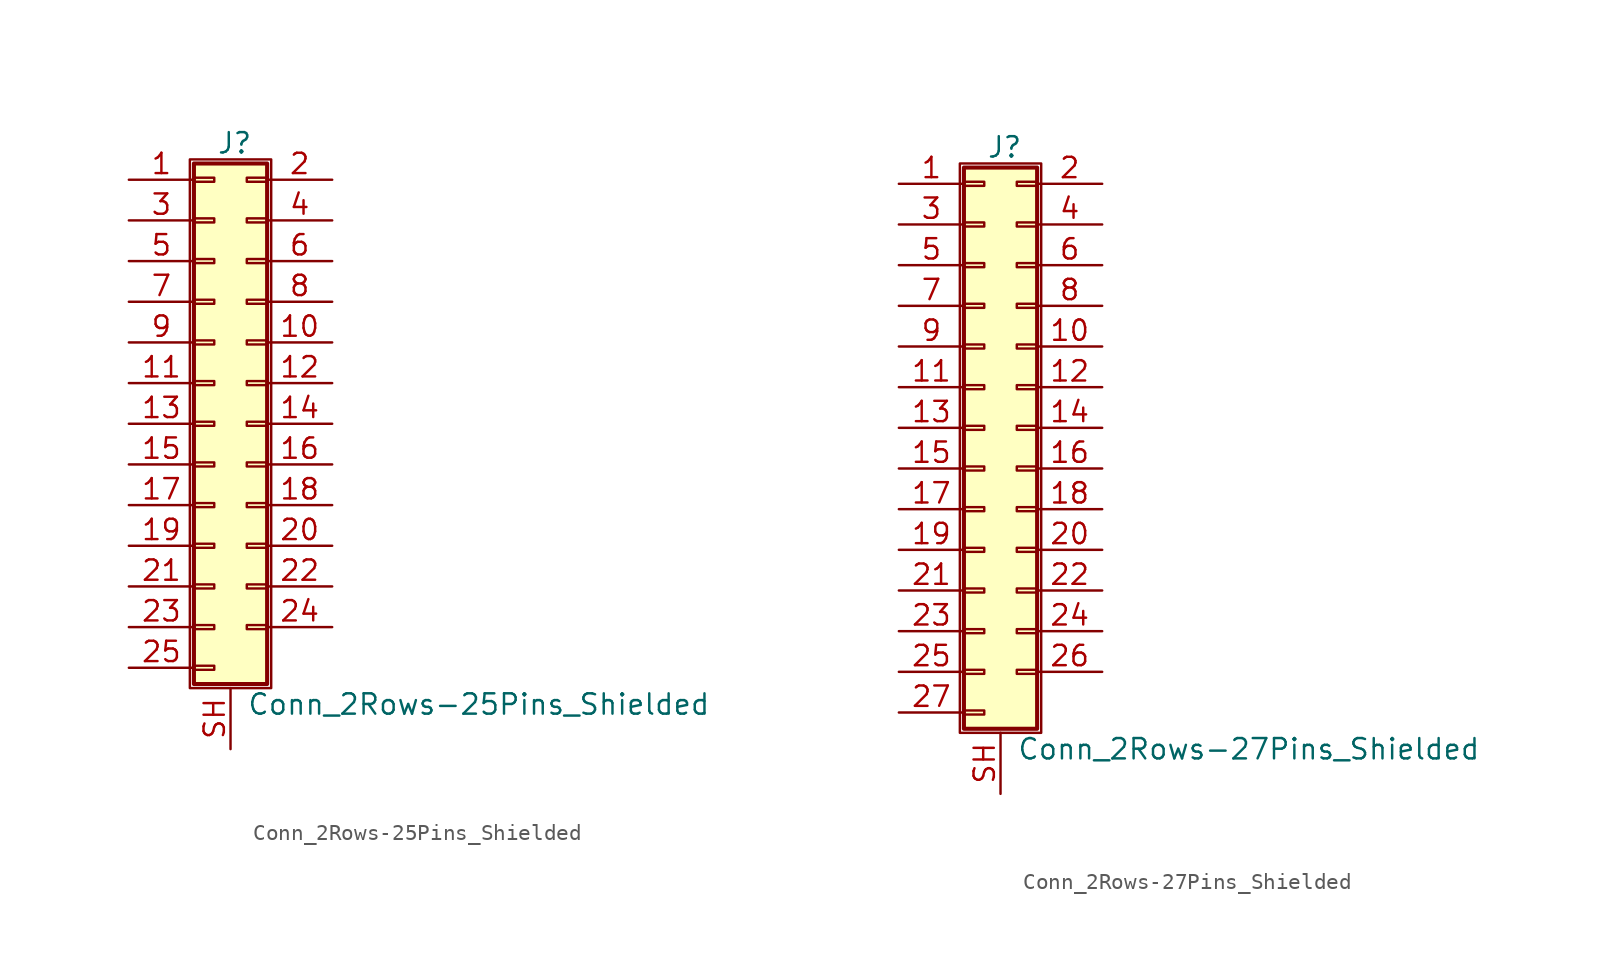
<source format=kicad_sym>
(kicad_symbol_lib
  (version 20220914)
  (generator kicad_symbol_editor)
  (symbol "Conn_2Rows-25Pins_Shielded"
    (pin_names
      (offset 1.016) hide)
    (property "Reference" "J"
      (at 1.524 17.526 0)
      (effects (font (size 1.27 1.27))))
    (property "Value" "Conn_2Rows-25Pins_Shielded"
      (at 2.286 -17.526 0)
      (effects (font (size 1.27 1.27)) (justify left)))
    (symbol "Conn_2Rows-25Pins_Shielded_1_1"
      (rectangle (start -1.27 16.51) (end 3.81 -16.51) (stroke (width 0.152) (type default)) (fill (type none)))
      (rectangle (start -1.016 -15.113) (end 0.254 -15.367) (stroke (width 0.152) (type default)) (fill (type none)))
      (rectangle (start -1.016 -12.573) (end 0.254 -12.827) (stroke (width 0.152) (type default)) (fill (type none)))
      (rectangle (start -1.016 -10.033) (end 0.254 -10.287) (stroke (width 0.152) (type default)) (fill (type none)))
      (rectangle (start -1.016 -7.493) (end 0.254 -7.747) (stroke (width 0.152) (type default)) (fill (type none)))
      (rectangle (start -1.016 -4.953) (end 0.254 -5.207) (stroke (width 0.152) (type default)) (fill (type none)))
      (rectangle (start -1.016 -2.413) (end 0.254 -2.667) (stroke (width 0.152) (type default)) (fill (type none)))
      (rectangle (start -1.016 0.127) (end 0.254 -0.127) (stroke (width 0.152) (type default)) (fill (type none)))
      (rectangle (start -1.016 2.667) (end 0.254 2.413) (stroke (width 0.152) (type default)) (fill (type none)))
      (rectangle (start -1.016 5.207) (end 0.254 4.953) (stroke (width 0.152) (type default)) (fill (type none)))
      (rectangle (start -1.016 7.747) (end 0.254 7.493) (stroke (width 0.152) (type default)) (fill (type none)))
      (rectangle (start -1.016 10.287) (end 0.254 10.033) (stroke (width 0.152) (type default)) (fill (type none)))
      (rectangle (start -1.016 12.827) (end 0.254 12.573) (stroke (width 0.152) (type default)) (fill (type none)))
      (rectangle (start -1.016 15.367) (end 0.254 15.113) (stroke (width 0.152) (type default)) (fill (type none)))
      (rectangle (start -1.016 16.256) (end 3.556 -16.256) (stroke (width 0.254) (type default)) (fill (type background)))
      (rectangle (start 3.556 -12.573) (end 2.286 -12.827) (stroke (width 0.152) (type default)) (fill (type none)))
      (rectangle (start 3.556 -10.033) (end 2.286 -10.287) (stroke (width 0.152) (type default)) (fill (type none)))
      (rectangle (start 3.556 -7.493) (end 2.286 -7.747) (stroke (width 0.152) (type default)) (fill (type none)))
      (rectangle (start 3.556 -4.953) (end 2.286 -5.207) (stroke (width 0.152) (type default)) (fill (type none)))
      (rectangle (start 3.556 -2.413) (end 2.286 -2.667) (stroke (width 0.152) (type default)) (fill (type none)))
      (rectangle (start 3.556 0.127) (end 2.286 -0.127) (stroke (width 0.152) (type default)) (fill (type none)))
      (rectangle (start 3.556 2.667) (end 2.286 2.413) (stroke (width 0.152) (type default)) (fill (type none)))
      (rectangle (start 3.556 5.207) (end 2.286 4.953) (stroke (width 0.152) (type default)) (fill (type none)))
      (rectangle (start 3.556 7.747) (end 2.286 7.493) (stroke (width 0.152) (type default)) (fill (type none)))
      (rectangle (start 3.556 10.287) (end 2.286 10.033) (stroke (width 0.152) (type default)) (fill (type none)))
      (rectangle (start 3.556 12.827) (end 2.286 12.573) (stroke (width 0.152) (type default)) (fill (type none)))
      (rectangle (start 3.556 15.367) (end 2.286 15.113) (stroke (width 0.152) (type default)) (fill (type none)))
      (pin passive line (at -5.08 15.24 0) (length 4.064) (name "Pin_1" (effects (font (size 1.27 1.27)))) (number "1" (effects (font (size 1.27 1.27)))))
      (pin passive line (at 7.62 5.08 180) (length 4.064) (name "Pin_10" (effects (font (size 1.27 1.27)))) (number "10" (effects (font (size 1.27 1.27)))))
      (pin passive line (at -5.08 2.54 0) (length 4.064) (name "Pin_11" (effects (font (size 1.27 1.27)))) (number "11" (effects (font (size 1.27 1.27)))))
      (pin passive line (at 7.62 2.54 180) (length 4.064) (name "Pin_12" (effects (font (size 1.27 1.27)))) (number "12" (effects (font (size 1.27 1.27)))))
      (pin passive line (at -5.08 0 0) (length 4.064) (name "Pin_13" (effects (font (size 1.27 1.27)))) (number "13" (effects (font (size 1.27 1.27)))))
      (pin passive line (at 7.62 0 180) (length 4.064) (name "Pin_14" (effects (font (size 1.27 1.27)))) (number "14" (effects (font (size 1.27 1.27)))))
      (pin passive line (at -5.08 -2.54 0) (length 4.064) (name "Pin_15" (effects (font (size 1.27 1.27)))) (number "15" (effects (font (size 1.27 1.27)))))
      (pin passive line (at 7.62 -2.54 180) (length 4.064) (name "Pin_16" (effects (font (size 1.27 1.27)))) (number "16" (effects (font (size 1.27 1.27)))))
      (pin passive line (at -5.08 -5.08 0) (length 4.064) (name "Pin_17" (effects (font (size 1.27 1.27)))) (number "17" (effects (font (size 1.27 1.27)))))
      (pin passive line (at 7.62 -5.08 180) (length 4.064) (name "Pin_18" (effects (font (size 1.27 1.27)))) (number "18" (effects (font (size 1.27 1.27)))))
      (pin passive line (at -5.08 -7.62 0) (length 4.064) (name "Pin_19" (effects (font (size 1.27 1.27)))) (number "19" (effects (font (size 1.27 1.27)))))
      (pin passive line (at 7.62 15.24 180) (length 4.064) (name "Pin_2" (effects (font (size 1.27 1.27)))) (number "2" (effects (font (size 1.27 1.27)))))
      (pin passive line (at 7.62 -7.62 180) (length 4.064) (name "Pin_20" (effects (font (size 1.27 1.27)))) (number "20" (effects (font (size 1.27 1.27)))))
      (pin passive line (at -5.08 -10.16 0) (length 4.064) (name "Pin_21" (effects (font (size 1.27 1.27)))) (number "21" (effects (font (size 1.27 1.27)))))
      (pin passive line (at 7.62 -10.16 180) (length 4.064) (name "Pin_22" (effects (font (size 1.27 1.27)))) (number "22" (effects (font (size 1.27 1.27)))))
      (pin passive line (at -5.08 -12.7 0) (length 4.064) (name "Pin_23" (effects (font (size 1.27 1.27)))) (number "23" (effects (font (size 1.27 1.27)))))
      (pin passive line (at 7.62 -12.7 180) (length 4.064) (name "Pin_24" (effects (font (size 1.27 1.27)))) (number "24" (effects (font (size 1.27 1.27)))))
      (pin passive line (at -5.08 -15.24 0) (length 4.064) (name "Pin_25" (effects (font (size 1.27 1.27)))) (number "25" (effects (font (size 1.27 1.27)))))
      (pin passive line (at -5.08 12.7 0) (length 4.064) (name "Pin_3" (effects (font (size 1.27 1.27)))) (number "3" (effects (font (size 1.27 1.27)))))
      (pin passive line (at 7.62 12.7 180) (length 4.064) (name "Pin_4" (effects (font (size 1.27 1.27)))) (number "4" (effects (font (size 1.27 1.27)))))
      (pin passive line (at -5.08 10.16 0) (length 4.064) (name "Pin_5" (effects (font (size 1.27 1.27)))) (number "5" (effects (font (size 1.27 1.27)))))
      (pin passive line (at 7.62 10.16 180) (length 4.064) (name "Pin_6" (effects (font (size 1.27 1.27)))) (number "6" (effects (font (size 1.27 1.27)))))
      (pin passive line (at -5.08 7.62 0) (length 4.064) (name "Pin_7" (effects (font (size 1.27 1.27)))) (number "7" (effects (font (size 1.27 1.27)))))
      (pin passive line (at 7.62 7.62 180) (length 4.064) (name "Pin_8" (effects (font (size 1.27 1.27)))) (number "8" (effects (font (size 1.27 1.27)))))
      (pin passive line (at -5.08 5.08 0) (length 4.064) (name "Pin_9" (effects (font (size 1.27 1.27)))) (number "9" (effects (font (size 1.27 1.27)))))
      (pin passive line (at 1.27 -20.32 90) (length 3.81) (name "Shield" (effects (font (size 1.27 1.27)))) (number "SH" (effects (font (size 1.27 1.27)))))))
  (symbol "Conn_2Rows-27Pins_Shielded"
    (pin_names
      (offset 1.016) hide)
    (property "Reference" "J"
      (at 1.524 17.526 0)
      (effects (font (size 1.27 1.27))))
    (property "Value" "Conn_2Rows-27Pins_Shielded"
      (at 2.286 -20.066 0)
      (effects (font (size 1.27 1.27)) (justify left)))
    (symbol "Conn_2Rows-27Pins_Shielded_1_1"
      (rectangle (start -1.27 16.51) (end 3.81 -19.05) (stroke (width 0.152) (type default)) (fill (type none)))
      (rectangle (start -1.016 -17.653) (end 0.254 -17.907) (stroke (width 0.152) (type default)) (fill (type none)))
      (rectangle (start -1.016 -15.113) (end 0.254 -15.367) (stroke (width 0.152) (type default)) (fill (type none)))
      (rectangle (start -1.016 -12.573) (end 0.254 -12.827) (stroke (width 0.152) (type default)) (fill (type none)))
      (rectangle (start -1.016 -10.033) (end 0.254 -10.287) (stroke (width 0.152) (type default)) (fill (type none)))
      (rectangle (start -1.016 -7.493) (end 0.254 -7.747) (stroke (width 0.152) (type default)) (fill (type none)))
      (rectangle (start -1.016 -4.953) (end 0.254 -5.207) (stroke (width 0.152) (type default)) (fill (type none)))
      (rectangle (start -1.016 -2.413) (end 0.254 -2.667) (stroke (width 0.152) (type default)) (fill (type none)))
      (rectangle (start -1.016 0.127) (end 0.254 -0.127) (stroke (width 0.152) (type default)) (fill (type none)))
      (rectangle (start -1.016 2.667) (end 0.254 2.413) (stroke (width 0.152) (type default)) (fill (type none)))
      (rectangle (start -1.016 5.207) (end 0.254 4.953) (stroke (width 0.152) (type default)) (fill (type none)))
      (rectangle (start -1.016 7.747) (end 0.254 7.493) (stroke (width 0.152) (type default)) (fill (type none)))
      (rectangle (start -1.016 10.287) (end 0.254 10.033) (stroke (width 0.152) (type default)) (fill (type none)))
      (rectangle (start -1.016 12.827) (end 0.254 12.573) (stroke (width 0.152) (type default)) (fill (type none)))
      (rectangle (start -1.016 15.367) (end 0.254 15.113) (stroke (width 0.152) (type default)) (fill (type none)))
      (rectangle (start -1.016 16.256) (end 3.556 -18.796) (stroke (width 0.254) (type default)) (fill (type background)))
      (rectangle (start 3.556 -15.113) (end 2.286 -15.367) (stroke (width 0.152) (type default)) (fill (type none)))
      (rectangle (start 3.556 -12.573) (end 2.286 -12.827) (stroke (width 0.152) (type default)) (fill (type none)))
      (rectangle (start 3.556 -10.033) (end 2.286 -10.287) (stroke (width 0.152) (type default)) (fill (type none)))
      (rectangle (start 3.556 -7.493) (end 2.286 -7.747) (stroke (width 0.152) (type default)) (fill (type none)))
      (rectangle (start 3.556 -4.953) (end 2.286 -5.207) (stroke (width 0.152) (type default)) (fill (type none)))
      (rectangle (start 3.556 -2.413) (end 2.286 -2.667) (stroke (width 0.152) (type default)) (fill (type none)))
      (rectangle (start 3.556 0.127) (end 2.286 -0.127) (stroke (width 0.152) (type default)) (fill (type none)))
      (rectangle (start 3.556 2.667) (end 2.286 2.413) (stroke (width 0.152) (type default)) (fill (type none)))
      (rectangle (start 3.556 5.207) (end 2.286 4.953) (stroke (width 0.152) (type default)) (fill (type none)))
      (rectangle (start 3.556 7.747) (end 2.286 7.493) (stroke (width 0.152) (type default)) (fill (type none)))
      (rectangle (start 3.556 10.287) (end 2.286 10.033) (stroke (width 0.152) (type default)) (fill (type none)))
      (rectangle (start 3.556 12.827) (end 2.286 12.573) (stroke (width 0.152) (type default)) (fill (type none)))
      (rectangle (start 3.556 15.367) (end 2.286 15.113) (stroke (width 0.152) (type default)) (fill (type none)))
      (pin passive line (at -5.08 15.24 0) (length 4.064) (name "Pin_1" (effects (font (size 1.27 1.27)))) (number "1" (effects (font (size 1.27 1.27)))))
      (pin passive line (at 7.62 5.08 180) (length 4.064) (name "Pin_10" (effects (font (size 1.27 1.27)))) (number "10" (effects (font (size 1.27 1.27)))))
      (pin passive line (at -5.08 2.54 0) (length 4.064) (name "Pin_11" (effects (font (size 1.27 1.27)))) (number "11" (effects (font (size 1.27 1.27)))))
      (pin passive line (at 7.62 2.54 180) (length 4.064) (name "Pin_12" (effects (font (size 1.27 1.27)))) (number "12" (effects (font (size 1.27 1.27)))))
      (pin passive line (at -5.08 0 0) (length 4.064) (name "Pin_13" (effects (font (size 1.27 1.27)))) (number "13" (effects (font (size 1.27 1.27)))))
      (pin passive line (at 7.62 0 180) (length 4.064) (name "Pin_14" (effects (font (size 1.27 1.27)))) (number "14" (effects (font (size 1.27 1.27)))))
      (pin passive line (at -5.08 -2.54 0) (length 4.064) (name "Pin_15" (effects (font (size 1.27 1.27)))) (number "15" (effects (font (size 1.27 1.27)))))
      (pin passive line (at 7.62 -2.54 180) (length 4.064) (name "Pin_16" (effects (font (size 1.27 1.27)))) (number "16" (effects (font (size 1.27 1.27)))))
      (pin passive line (at -5.08 -5.08 0) (length 4.064) (name "Pin_17" (effects (font (size 1.27 1.27)))) (number "17" (effects (font (size 1.27 1.27)))))
      (pin passive line (at 7.62 -5.08 180) (length 4.064) (name "Pin_18" (effects (font (size 1.27 1.27)))) (number "18" (effects (font (size 1.27 1.27)))))
      (pin passive line (at -5.08 -7.62 0) (length 4.064) (name "Pin_19" (effects (font (size 1.27 1.27)))) (number "19" (effects (font (size 1.27 1.27)))))
      (pin passive line (at 7.62 15.24 180) (length 4.064) (name "Pin_2" (effects (font (size 1.27 1.27)))) (number "2" (effects (font (size 1.27 1.27)))))
      (pin passive line (at 7.62 -7.62 180) (length 4.064) (name "Pin_20" (effects (font (size 1.27 1.27)))) (number "20" (effects (font (size 1.27 1.27)))))
      (pin passive line (at -5.08 -10.16 0) (length 4.064) (name "Pin_21" (effects (font (size 1.27 1.27)))) (number "21" (effects (font (size 1.27 1.27)))))
      (pin passive line (at 7.62 -10.16 180) (length 4.064) (name "Pin_22" (effects (font (size 1.27 1.27)))) (number "22" (effects (font (size 1.27 1.27)))))
      (pin passive line (at -5.08 -12.7 0) (length 4.064) (name "Pin_23" (effects (font (size 1.27 1.27)))) (number "23" (effects (font (size 1.27 1.27)))))
      (pin passive line (at 7.62 -12.7 180) (length 4.064) (name "Pin_24" (effects (font (size 1.27 1.27)))) (number "24" (effects (font (size 1.27 1.27)))))
      (pin passive line (at -5.08 -15.24 0) (length 4.064) (name "Pin_25" (effects (font (size 1.27 1.27)))) (number "25" (effects (font (size 1.27 1.27)))))
      (pin passive line (at 7.62 -15.24 180) (length 4.064) (name "Pin_26" (effects (font (size 1.27 1.27)))) (number "26" (effects (font (size 1.27 1.27)))))
      (pin passive line (at -5.08 -17.78 0) (length 4.064) (name "Pin_27" (effects (font (size 1.27 1.27)))) (number "27" (effects (font (size 1.27 1.27)))))
      (pin passive line (at -5.08 12.7 0) (length 4.064) (name "Pin_3" (effects (font (size 1.27 1.27)))) (number "3" (effects (font (size 1.27 1.27)))))
      (pin passive line (at 7.62 12.7 180) (length 4.064) (name "Pin_4" (effects (font (size 1.27 1.27)))) (number "4" (effects (font (size 1.27 1.27)))))
      (pin passive line (at -5.08 10.16 0) (length 4.064) (name "Pin_5" (effects (font (size 1.27 1.27)))) (number "5" (effects (font (size 1.27 1.27)))))
      (pin passive line (at 7.62 10.16 180) (length 4.064) (name "Pin_6" (effects (font (size 1.27 1.27)))) (number "6" (effects (font (size 1.27 1.27)))))
      (pin passive line (at -5.08 7.62 0) (length 4.064) (name "Pin_7" (effects (font (size 1.27 1.27)))) (number "7" (effects (font (size 1.27 1.27)))))
      (pin passive line (at 7.62 7.62 180) (length 4.064) (name "Pin_8" (effects (font (size 1.27 1.27)))) (number "8" (effects (font (size 1.27 1.27)))))
      (pin passive line (at -5.08 5.08 0) (length 4.064) (name "Pin_9" (effects (font (size 1.27 1.27)))) (number "9" (effects (font (size 1.27 1.27)))))
      (pin passive line (at 1.27 -22.86 90) (length 3.81) (name "Shield" (effects (font (size 1.27 1.27)))) (number "SH" (effects (font (size 1.27 1.27))))))))
</source>
